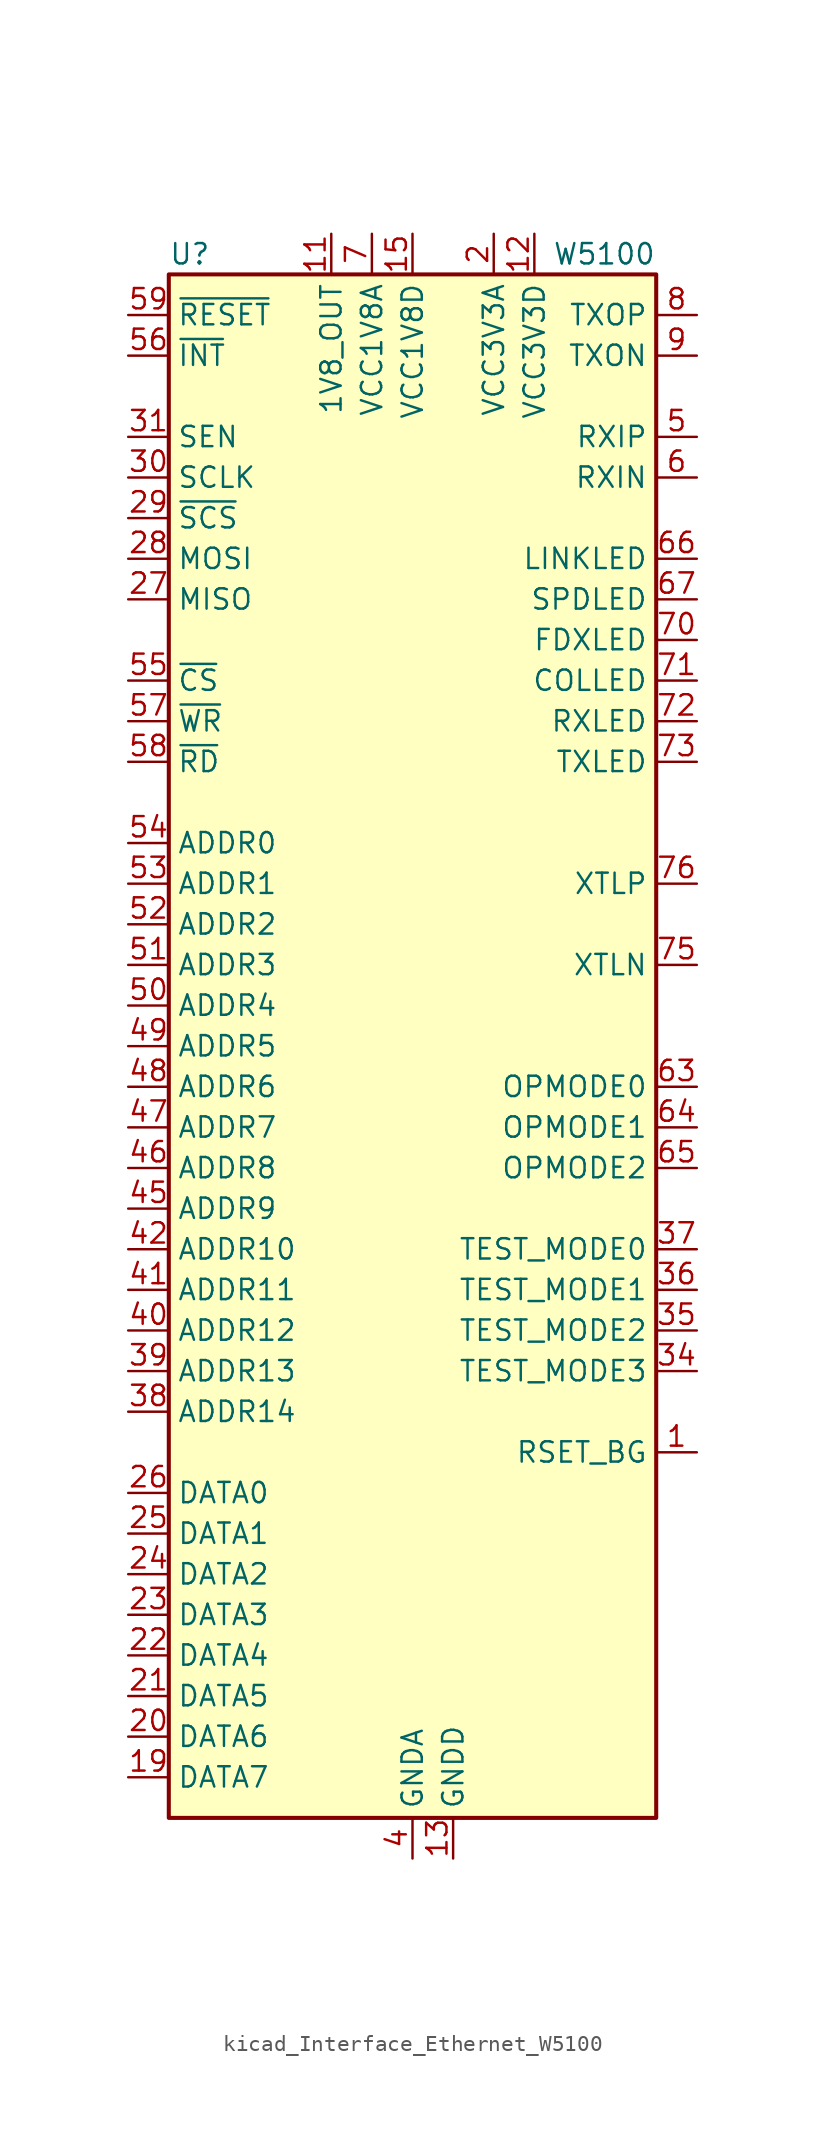
<source format=kicad_sym>
(kicad_symbol_lib
  (version 20220914)
  (generator kicad_symbol_editor)
  (symbol "kicad_Interface_Ethernet_W5100"
    (property "Reference" "U"
      (at -15.24 49.53 0)
      (effects (font (size 1.27 1.27)) (justify left)))
    (property "Value" "W5100"
      (at 15.24 49.53 0)
      (effects (font (size 1.27 1.27)) (justify right)))
    (symbol "kicad_Interface_Ethernet_W5100_0_1"
      (rectangle (start -15.24 48.26) (end 15.24 -48.26) (stroke (width 0.254) (type default)) (fill (type background))))
    (symbol "kicad_Interface_Ethernet_W5100_1_1"
      (pin output line (at 17.78 -25.4 180) (length 2.54) (name "RSET_BG" (effects (font (size 1.27 1.27)))) (number "1" (effects (font (size 1.27 1.27)))))
      (pin passive line (at 0 -50.8 90) (length 2.54) hide (name "GNDA" (effects (font (size 1.27 1.27)))) (number "10" (effects (font (size 1.27 1.27)))))
      (pin power_out line (at -5.08 50.8 270) (length 2.54) (name "1V8_OUT" (effects (font (size 1.27 1.27)))) (number "11" (effects (font (size 1.27 1.27)))))
      (pin power_in line (at 7.62 50.8 270) (length 2.54) (name "VCC3V3D" (effects (font (size 1.27 1.27)))) (number "12" (effects (font (size 1.27 1.27)))))
      (pin power_in line (at 2.54 -50.8 90) (length 2.54) (name "GNDD" (effects (font (size 1.27 1.27)))) (number "13" (effects (font (size 1.27 1.27)))))
      (pin passive line (at 2.54 -50.8 90) (length 2.54) hide (name "GNDD" (effects (font (size 1.27 1.27)))) (number "14" (effects (font (size 1.27 1.27)))))
      (pin power_in line (at 0 50.8 270) (length 2.54) (name "VCC1V8D" (effects (font (size 1.27 1.27)))) (number "15" (effects (font (size 1.27 1.27)))))
      (pin passive line (at 0 50.8 270) (length 2.54) hide (name "VCC1V8D" (effects (font (size 1.27 1.27)))) (number "16" (effects (font (size 1.27 1.27)))))
      (pin passive line (at 2.54 -50.8 90) (length 2.54) hide (name "GNDD" (effects (font (size 1.27 1.27)))) (number "17" (effects (font (size 1.27 1.27)))))
      (pin passive line (at 7.62 50.8 270) (length 2.54) hide (name "VCC3V3D" (effects (font (size 1.27 1.27)))) (number "18" (effects (font (size 1.27 1.27)))))
      (pin bidirectional line (at -17.78 -45.72 0) (length 2.54) (name "DATA7" (effects (font (size 1.27 1.27)))) (number "19" (effects (font (size 1.27 1.27)))))
      (pin power_in line (at 5.08 50.8 270) (length 2.54) (name "VCC3V3A" (effects (font (size 1.27 1.27)))) (number "2" (effects (font (size 1.27 1.27)))))
      (pin bidirectional line (at -17.78 -43.18 0) (length 2.54) (name "DATA6" (effects (font (size 1.27 1.27)))) (number "20" (effects (font (size 1.27 1.27)))))
      (pin bidirectional line (at -17.78 -40.64 0) (length 2.54) (name "DATA5" (effects (font (size 1.27 1.27)))) (number "21" (effects (font (size 1.27 1.27)))))
      (pin bidirectional line (at -17.78 -38.1 0) (length 2.54) (name "DATA4" (effects (font (size 1.27 1.27)))) (number "22" (effects (font (size 1.27 1.27)))))
      (pin bidirectional line (at -17.78 -35.56 0) (length 2.54) (name "DATA3" (effects (font (size 1.27 1.27)))) (number "23" (effects (font (size 1.27 1.27)))))
      (pin bidirectional line (at -17.78 -33.02 0) (length 2.54) (name "DATA2" (effects (font (size 1.27 1.27)))) (number "24" (effects (font (size 1.27 1.27)))))
      (pin bidirectional line (at -17.78 -30.48 0) (length 2.54) (name "DATA1" (effects (font (size 1.27 1.27)))) (number "25" (effects (font (size 1.27 1.27)))))
      (pin bidirectional line (at -17.78 -27.94 0) (length 2.54) (name "DATA0" (effects (font (size 1.27 1.27)))) (number "26" (effects (font (size 1.27 1.27)))))
      (pin output line (at -17.78 27.94 0) (length 2.54) (name "MISO" (effects (font (size 1.27 1.27)))) (number "27" (effects (font (size 1.27 1.27)))))
      (pin input line (at -17.78 30.48 0) (length 2.54) (name "MOSI" (effects (font (size 1.27 1.27)))) (number "28" (effects (font (size 1.27 1.27)))))
      (pin input line (at -17.78 33.02 0) (length 2.54) (name "~{SCS}" (effects (font (size 1.27 1.27)))) (number "29" (effects (font (size 1.27 1.27)))))
      (pin no_connect line (at 15.24 -30.48 180) (length 2.54) hide (name "NC" (effects (font (size 1.27 1.27)))) (number "3" (effects (font (size 1.27 1.27)))))
      (pin input line (at -17.78 35.56 0) (length 2.54) (name "SCLK" (effects (font (size 1.27 1.27)))) (number "30" (effects (font (size 1.27 1.27)))))
      (pin input line (at -17.78 38.1 0) (length 2.54) (name "SEN" (effects (font (size 1.27 1.27)))) (number "31" (effects (font (size 1.27 1.27)))))
      (pin passive line (at 2.54 -50.8 90) (length 2.54) hide (name "GNDD" (effects (font (size 1.27 1.27)))) (number "32" (effects (font (size 1.27 1.27)))))
      (pin passive line (at 0 50.8 270) (length 2.54) hide (name "VCC1V8D" (effects (font (size 1.27 1.27)))) (number "33" (effects (font (size 1.27 1.27)))))
      (pin input line (at 17.78 -20.32 180) (length 2.54) (name "TEST_MODE3" (effects (font (size 1.27 1.27)))) (number "34" (effects (font (size 1.27 1.27)))))
      (pin input line (at 17.78 -17.78 180) (length 2.54) (name "TEST_MODE2" (effects (font (size 1.27 1.27)))) (number "35" (effects (font (size 1.27 1.27)))))
      (pin input line (at 17.78 -15.24 180) (length 2.54) (name "TEST_MODE1" (effects (font (size 1.27 1.27)))) (number "36" (effects (font (size 1.27 1.27)))))
      (pin input line (at 17.78 -12.7 180) (length 2.54) (name "TEST_MODE0" (effects (font (size 1.27 1.27)))) (number "37" (effects (font (size 1.27 1.27)))))
      (pin input line (at -17.78 -22.86 0) (length 2.54) (name "ADDR14" (effects (font (size 1.27 1.27)))) (number "38" (effects (font (size 1.27 1.27)))))
      (pin input line (at -17.78 -20.32 0) (length 2.54) (name "ADDR13" (effects (font (size 1.27 1.27)))) (number "39" (effects (font (size 1.27 1.27)))))
      (pin power_in line (at 0 -50.8 90) (length 2.54) (name "GNDA" (effects (font (size 1.27 1.27)))) (number "4" (effects (font (size 1.27 1.27)))))
      (pin input line (at -17.78 -17.78 0) (length 2.54) (name "ADDR12" (effects (font (size 1.27 1.27)))) (number "40" (effects (font (size 1.27 1.27)))))
      (pin input line (at -17.78 -15.24 0) (length 2.54) (name "ADDR11" (effects (font (size 1.27 1.27)))) (number "41" (effects (font (size 1.27 1.27)))))
      (pin input line (at -17.78 -12.7 0) (length 2.54) (name "ADDR10" (effects (font (size 1.27 1.27)))) (number "42" (effects (font (size 1.27 1.27)))))
      (pin passive line (at 2.54 -50.8 90) (length 2.54) hide (name "GNDD" (effects (font (size 1.27 1.27)))) (number "43" (effects (font (size 1.27 1.27)))))
      (pin passive line (at 7.62 50.8 270) (length 2.54) hide (name "VCC3V3D" (effects (font (size 1.27 1.27)))) (number "44" (effects (font (size 1.27 1.27)))))
      (pin input line (at -17.78 -10.16 0) (length 2.54) (name "ADDR9" (effects (font (size 1.27 1.27)))) (number "45" (effects (font (size 1.27 1.27)))))
      (pin input line (at -17.78 -7.62 0) (length 2.54) (name "ADDR8" (effects (font (size 1.27 1.27)))) (number "46" (effects (font (size 1.27 1.27)))))
      (pin input line (at -17.78 -5.08 0) (length 2.54) (name "ADDR7" (effects (font (size 1.27 1.27)))) (number "47" (effects (font (size 1.27 1.27)))))
      (pin input line (at -17.78 -2.54 0) (length 2.54) (name "ADDR6" (effects (font (size 1.27 1.27)))) (number "48" (effects (font (size 1.27 1.27)))))
      (pin input line (at -17.78 0 0) (length 2.54) (name "ADDR5" (effects (font (size 1.27 1.27)))) (number "49" (effects (font (size 1.27 1.27)))))
      (pin input line (at 17.78 38.1 180) (length 2.54) (name "RXIP" (effects (font (size 1.27 1.27)))) (number "5" (effects (font (size 1.27 1.27)))))
      (pin input line (at -17.78 2.54 0) (length 2.54) (name "ADDR4" (effects (font (size 1.27 1.27)))) (number "50" (effects (font (size 1.27 1.27)))))
      (pin input line (at -17.78 5.08 0) (length 2.54) (name "ADDR3" (effects (font (size 1.27 1.27)))) (number "51" (effects (font (size 1.27 1.27)))))
      (pin input line (at -17.78 7.62 0) (length 2.54) (name "ADDR2" (effects (font (size 1.27 1.27)))) (number "52" (effects (font (size 1.27 1.27)))))
      (pin input line (at -17.78 10.16 0) (length 2.54) (name "ADDR1" (effects (font (size 1.27 1.27)))) (number "53" (effects (font (size 1.27 1.27)))))
      (pin input line (at -17.78 12.7 0) (length 2.54) (name "ADDR0" (effects (font (size 1.27 1.27)))) (number "54" (effects (font (size 1.27 1.27)))))
      (pin input line (at -17.78 22.86 0) (length 2.54) (name "~{CS}" (effects (font (size 1.27 1.27)))) (number "55" (effects (font (size 1.27 1.27)))))
      (pin output line (at -17.78 43.18 0) (length 2.54) (name "~{INT}" (effects (font (size 1.27 1.27)))) (number "56" (effects (font (size 1.27 1.27)))))
      (pin input line (at -17.78 20.32 0) (length 2.54) (name "~{WR}" (effects (font (size 1.27 1.27)))) (number "57" (effects (font (size 1.27 1.27)))))
      (pin input line (at -17.78 17.78 0) (length 2.54) (name "~{RD}" (effects (font (size 1.27 1.27)))) (number "58" (effects (font (size 1.27 1.27)))))
      (pin input line (at -17.78 45.72 0) (length 2.54) (name "~{RESET}" (effects (font (size 1.27 1.27)))) (number "59" (effects (font (size 1.27 1.27)))))
      (pin input line (at 17.78 35.56 180) (length 2.54) (name "RXIN" (effects (font (size 1.27 1.27)))) (number "6" (effects (font (size 1.27 1.27)))))
      (pin no_connect line (at 15.24 -33.02 180) (length 2.54) hide (name "NC" (effects (font (size 1.27 1.27)))) (number "60" (effects (font (size 1.27 1.27)))))
      (pin no_connect line (at 15.24 -35.56 180) (length 2.54) hide (name "NC" (effects (font (size 1.27 1.27)))) (number "61" (effects (font (size 1.27 1.27)))))
      (pin no_connect line (at 15.24 -38.1 180) (length 2.54) hide (name "NC" (effects (font (size 1.27 1.27)))) (number "62" (effects (font (size 1.27 1.27)))))
      (pin input line (at 17.78 -2.54 180) (length 2.54) (name "OPMODE0" (effects (font (size 1.27 1.27)))) (number "63" (effects (font (size 1.27 1.27)))))
      (pin input line (at 17.78 -5.08 180) (length 2.54) (name "OPMODE1" (effects (font (size 1.27 1.27)))) (number "64" (effects (font (size 1.27 1.27)))))
      (pin input line (at 17.78 -7.62 180) (length 2.54) (name "OPMODE2" (effects (font (size 1.27 1.27)))) (number "65" (effects (font (size 1.27 1.27)))))
      (pin output line (at 17.78 30.48 180) (length 2.54) (name "LINKLED" (effects (font (size 1.27 1.27)))) (number "66" (effects (font (size 1.27 1.27)))))
      (pin output line (at 17.78 27.94 180) (length 2.54) (name "SPDLED" (effects (font (size 1.27 1.27)))) (number "67" (effects (font (size 1.27 1.27)))))
      (pin passive line (at 2.54 -50.8 90) (length 2.54) hide (name "GNDD" (effects (font (size 1.27 1.27)))) (number "68" (effects (font (size 1.27 1.27)))))
      (pin passive line (at 0 50.8 270) (length 2.54) hide (name "VCC1V8D" (effects (font (size 1.27 1.27)))) (number "69" (effects (font (size 1.27 1.27)))))
      (pin power_in line (at -2.54 50.8 270) (length 2.54) (name "VCC1V8A" (effects (font (size 1.27 1.27)))) (number "7" (effects (font (size 1.27 1.27)))))
      (pin output line (at 17.78 25.4 180) (length 2.54) (name "FDXLED" (effects (font (size 1.27 1.27)))) (number "70" (effects (font (size 1.27 1.27)))))
      (pin output line (at 17.78 22.86 180) (length 2.54) (name "COLLED" (effects (font (size 1.27 1.27)))) (number "71" (effects (font (size 1.27 1.27)))))
      (pin output line (at 17.78 20.32 180) (length 2.54) (name "RXLED" (effects (font (size 1.27 1.27)))) (number "72" (effects (font (size 1.27 1.27)))))
      (pin output line (at 17.78 17.78 180) (length 2.54) (name "TXLED" (effects (font (size 1.27 1.27)))) (number "73" (effects (font (size 1.27 1.27)))))
      (pin passive line (at -2.54 50.8 270) (length 2.54) hide (name "VCC1V8A" (effects (font (size 1.27 1.27)))) (number "74" (effects (font (size 1.27 1.27)))))
      (pin input line (at 17.78 5.08 180) (length 2.54) (name "XTLN" (effects (font (size 1.27 1.27)))) (number "75" (effects (font (size 1.27 1.27)))))
      (pin output line (at 17.78 10.16 180) (length 2.54) (name "XTLP" (effects (font (size 1.27 1.27)))) (number "76" (effects (font (size 1.27 1.27)))))
      (pin passive line (at 0 -50.8 90) (length 2.54) hide (name "GNDA" (effects (font (size 1.27 1.27)))) (number "77" (effects (font (size 1.27 1.27)))))
      (pin no_connect line (at 15.24 -40.64 180) (length 2.54) hide (name "NC" (effects (font (size 1.27 1.27)))) (number "78" (effects (font (size 1.27 1.27)))))
      (pin no_connect line (at 15.24 -43.18 180) (length 2.54) hide (name "NC" (effects (font (size 1.27 1.27)))) (number "79" (effects (font (size 1.27 1.27)))))
      (pin output line (at 17.78 45.72 180) (length 2.54) (name "TXOP" (effects (font (size 1.27 1.27)))) (number "8" (effects (font (size 1.27 1.27)))))
      (pin no_connect line (at 15.24 -45.72 180) (length 2.54) hide (name "NC" (effects (font (size 1.27 1.27)))) (number "80" (effects (font (size 1.27 1.27)))))
      (pin output line (at 17.78 43.18 180) (length 2.54) (name "TXON" (effects (font (size 1.27 1.27)))) (number "9" (effects (font (size 1.27 1.27))))))))
</source>
